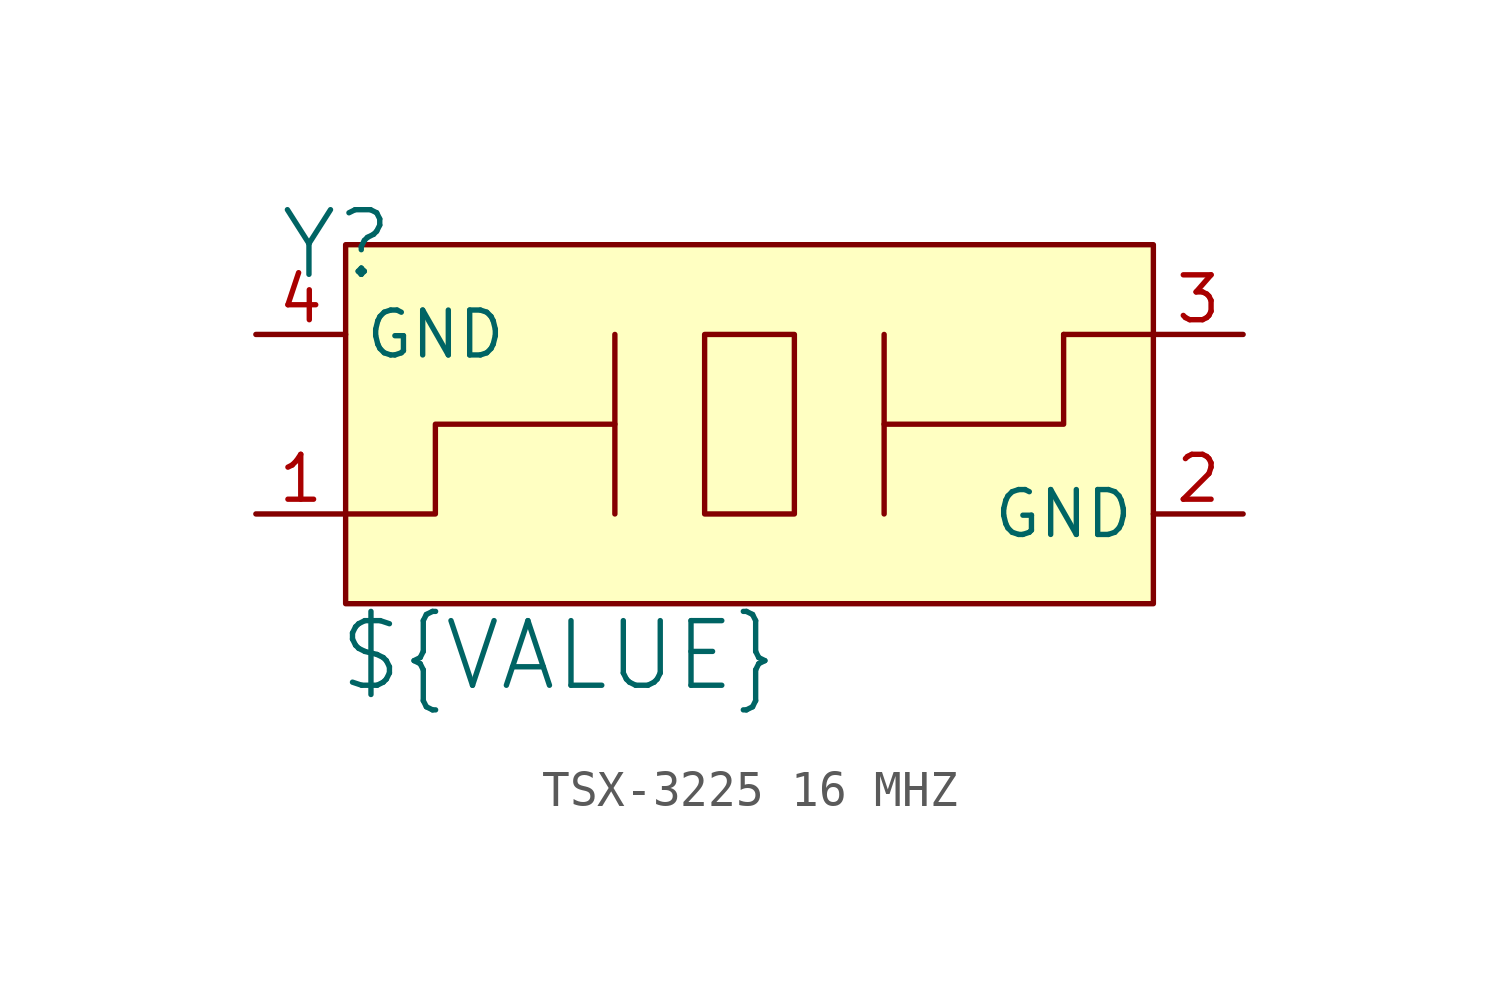
<source format=kicad_sym>
(kicad_symbol_lib
  (version 20241209)
  (generator "kicad_symbol_editor")
  (generator_version "9.0")
  (symbol "TSX-3225 16 MHZ"
    (property "Reference" "Y"
      (at -11.684 5.08 0)
      (effects (font (size 1.829 1.829))))
    (property "Value" "${VALUE}"
      (at -11.684 -7.62 0)
      (effects (font (size 1.829 1.829)) (justify left bottom)))
    (symbol "TSX-3225 16 MHZ_1_0"
      (polyline (pts (xy -3.81 2.54) (xy -3.81 -2.54)) (stroke (width 0) (type solid)) (fill (type none)))
      (polyline (pts (xy -3.81 0) (xy -8.89 0) (xy -8.89 -2.54) (xy -11.43 -2.54)) (stroke (width 0) (type solid)) (fill (type none)))
      (polyline (pts (xy -1.27 2.54) (xy -1.27 -2.54) (xy 1.27 -2.54) (xy 1.27 2.54) (xy -1.27 2.54)) (stroke (width 0) (type solid)) (fill (type none)))
      (polyline (pts (xy 3.81 2.54) (xy 3.81 -2.54)) (stroke (width 0) (type solid)) (fill (type none)))
      (polyline (pts (xy 3.81 0) (xy 8.89 0) (xy 8.89 2.54)) (stroke (width 0) (type solid)) (fill (type none)))
      (polyline (pts (xy 8.89 2.54) (xy 11.43 2.54)) (stroke (width 0) (type solid)) (fill (type none)))
      (rectangle (start 11.43 5.08) (end -11.43 -5.08) (stroke (width 0) (type solid) (color 128 0 0 1)) (fill (type background)))
      (pin passive line (at -13.97 2.54 0) (length 2.54) (name "GND" (effects (font (size 1.27 1.27)))) (number "4" (effects (font (size 1.27 1.27)))))
      (pin passive line (at -13.97 -2.54 0) (length 2.54) (name "" (effects (font (size 1.27 1.27)))) (number "1" (effects (font (size 1.27 1.27)))))
      (pin passive line (at 13.97 2.54 180) (length 2.54) (name "" (effects (font (size 1.27 1.27)))) (number "3" (effects (font (size 1.27 1.27)))))
      (pin passive line (at 13.97 -2.54 180) (length 2.54) (name "GND" (effects (font (size 1.27 1.27)))) (number "2" (effects (font (size 1.27 1.27))))))))
</source>
